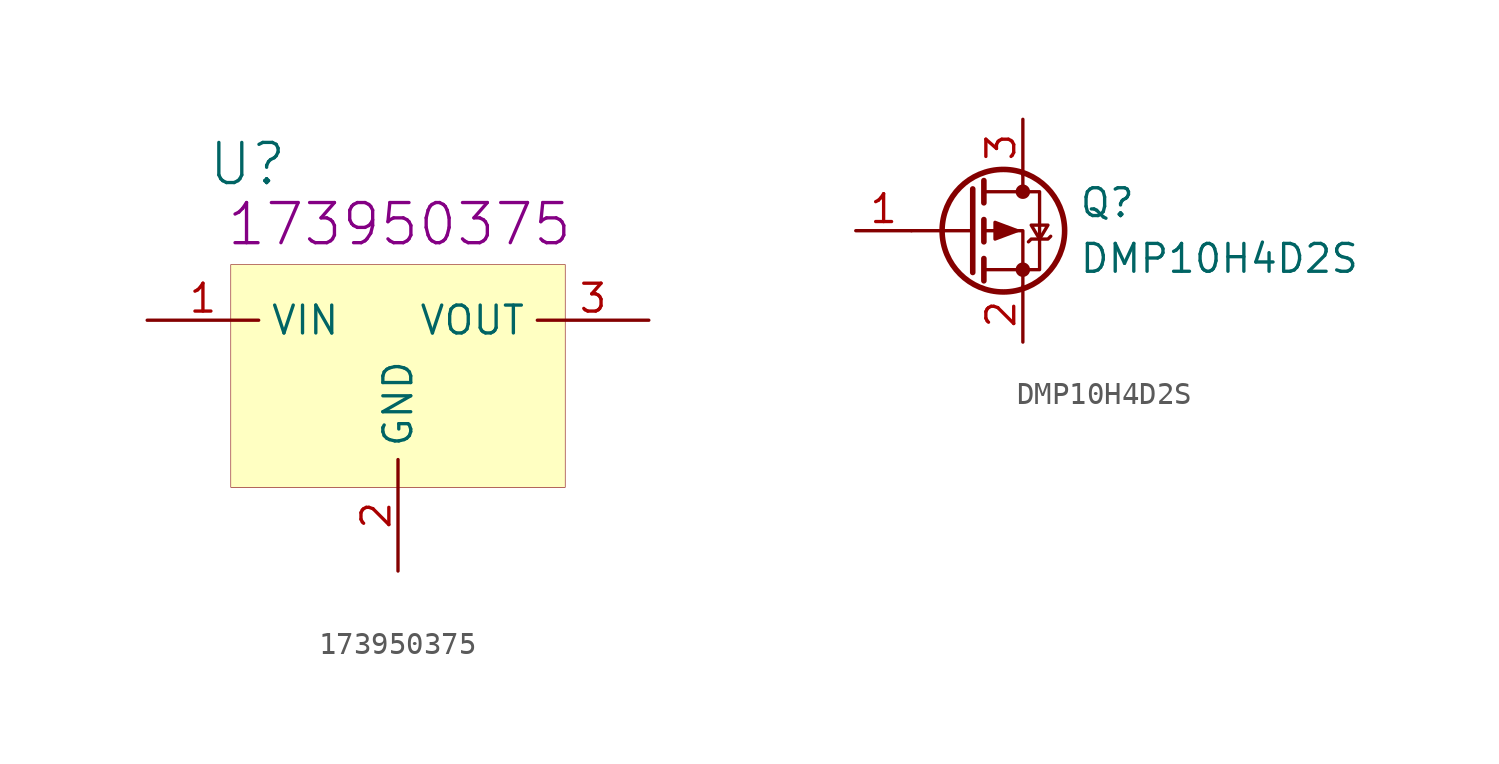
<source format=kicad_sym>
(kicad_symbol_lib
  (version 20231120)
  (generator "kicad_symbol_editor")
  (generator_version "8.0")
  (symbol "173950375"
    (property "Reference" "U"
      (at -6.858 7.112 0)
      (effects (font (size 1.829 1.829))))
    (property "Manufacturer Part Number" "173950375"
      (at -7.874 3.302 0)
      (effects (font (size 1.829 1.829)) (justify left bottom)))
    (symbol "173950375_1_0"
      (rectangle (start -7.62 2.54) (end 7.62 -7.62) (stroke (width 0.025) (type solid) (color 128 0 0 1)) (fill (type background)))
      (pin passive line (at -11.43 0 0) (length 5.08) (name "VIN" (effects (font (size 1.27 1.27)))) (number "1" (effects (font (size 1.27 1.27)))))
      (pin passive line (at 0 -11.43 90) (length 5.08) (name "GND" (effects (font (size 1.27 1.27)))) (number "2" (effects (font (size 1.27 1.27)))))
      (pin passive line (at 11.43 0 180) (length 5.08) (name "VOUT" (effects (font (size 1.27 1.27)))) (number "3" (effects (font (size 1.27 1.27)))))))
  (symbol "DMP10H4D2S"
    (pin_names
      (offset 0) hide)
    (property "Reference" "Q"
      (at 5.08 1.27 0)
      (effects (font (size 1.27 1.27)) (justify left)))
    (property "Value" "DMP10H4D2S"
      (at 5.08 -1.27 0)
      (effects (font (size 1.27 1.27)) (justify left)))
    (symbol "DMP10H4D2S_0_1"
      (polyline (pts (xy 0.254 0) (xy -2.54 0)) (stroke (width 0) (type default)) (fill (type none)))
      (polyline (pts (xy 0.254 1.905) (xy 0.254 -1.905)) (stroke (width 0.254) (type default)) (fill (type none)))
      (polyline (pts (xy 0.762 -1.27) (xy 0.762 -2.286)) (stroke (width 0.254) (type default)) (fill (type none)))
      (polyline (pts (xy 0.762 0.508) (xy 0.762 -0.508)) (stroke (width 0.254) (type default)) (fill (type none)))
      (polyline (pts (xy 0.762 2.286) (xy 0.762 1.27)) (stroke (width 0.254) (type default)) (fill (type none)))
      (polyline (pts (xy 2.54 2.54) (xy 2.54 1.778)) (stroke (width 0) (type default)) (fill (type none)))
      (polyline (pts (xy 2.54 -2.54) (xy 2.54 0) (xy 0.762 0)) (stroke (width 0) (type default)) (fill (type none)))
      (polyline (pts (xy 0.762 1.778) (xy 3.302 1.778) (xy 3.302 -1.778) (xy 0.762 -1.778)) (stroke (width 0) (type default)) (fill (type none)))
      (polyline (pts (xy 2.286 0) (xy 1.27 0.381) (xy 1.27 -0.381) (xy 2.286 0)) (stroke (width 0) (type default)) (fill (type outline)))
      (polyline (pts (xy 2.794 -0.508) (xy 2.921 -0.381) (xy 3.683 -0.381) (xy 3.81 -0.254)) (stroke (width 0) (type default)) (fill (type none)))
      (polyline (pts (xy 3.302 -0.381) (xy 2.921 0.254) (xy 3.683 0.254) (xy 3.302 -0.381)) (stroke (width 0) (type default)) (fill (type none)))
      (circle (center 1.651 0) (radius 2.794) (stroke (width 0.254) (type default)) (fill (type none)))
      (circle (center 2.54 -1.778) (radius 0.254) (stroke (width 0) (type default)) (fill (type outline)))
      (circle (center 2.54 1.778) (radius 0.254) (stroke (width 0) (type default)) (fill (type outline))))
    (symbol "DMP10H4D2S_1_1"
      (pin input line (at -5.08 0 0) (length 2.54) (name "G" (effects (font (size 1.27 1.27)))) (number "1" (effects (font (size 1.27 1.27)))))
      (pin passive line (at 2.54 -5.08 90) (length 2.54) (name "S" (effects (font (size 1.27 1.27)))) (number "2" (effects (font (size 1.27 1.27)))))
      (pin passive line (at 2.54 5.08 270) (length 2.54) (name "D" (effects (font (size 1.27 1.27)))) (number "3" (effects (font (size 1.27 1.27))))))))
</source>
